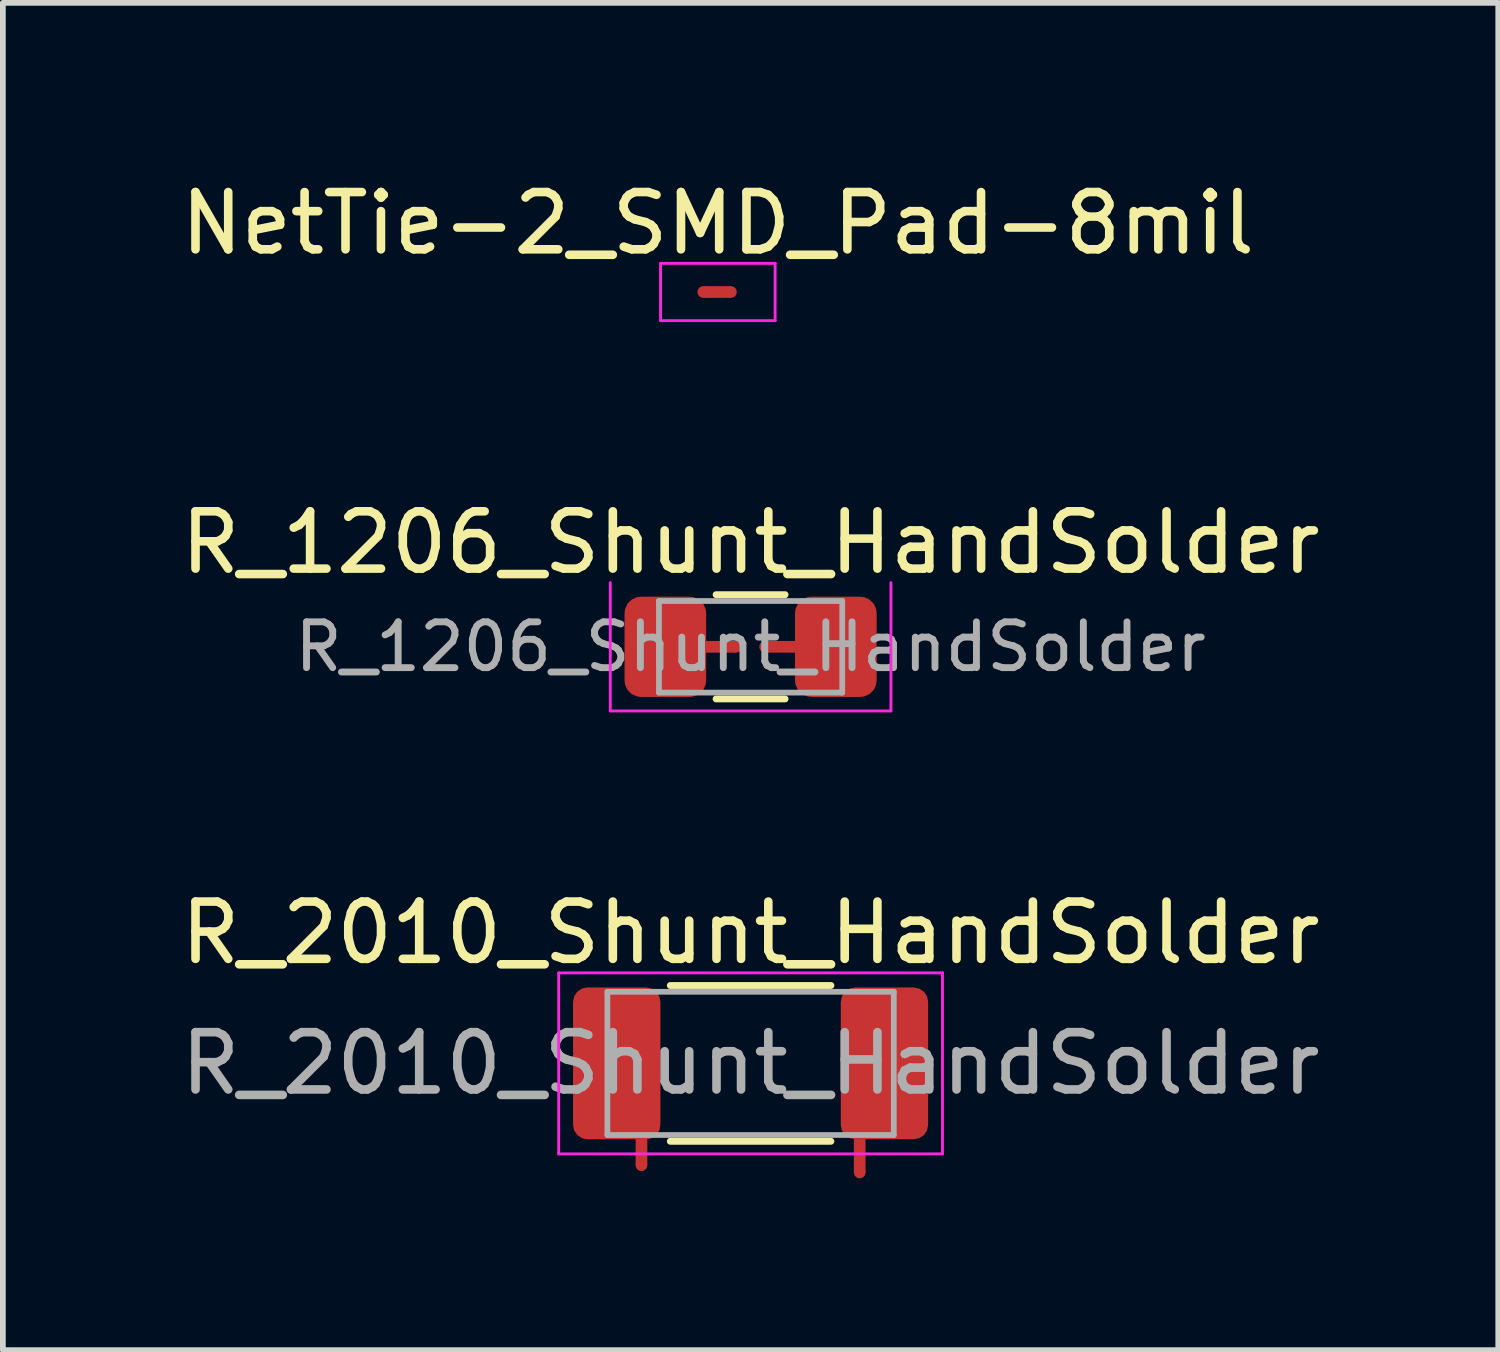
<source format=kicad_pcb>
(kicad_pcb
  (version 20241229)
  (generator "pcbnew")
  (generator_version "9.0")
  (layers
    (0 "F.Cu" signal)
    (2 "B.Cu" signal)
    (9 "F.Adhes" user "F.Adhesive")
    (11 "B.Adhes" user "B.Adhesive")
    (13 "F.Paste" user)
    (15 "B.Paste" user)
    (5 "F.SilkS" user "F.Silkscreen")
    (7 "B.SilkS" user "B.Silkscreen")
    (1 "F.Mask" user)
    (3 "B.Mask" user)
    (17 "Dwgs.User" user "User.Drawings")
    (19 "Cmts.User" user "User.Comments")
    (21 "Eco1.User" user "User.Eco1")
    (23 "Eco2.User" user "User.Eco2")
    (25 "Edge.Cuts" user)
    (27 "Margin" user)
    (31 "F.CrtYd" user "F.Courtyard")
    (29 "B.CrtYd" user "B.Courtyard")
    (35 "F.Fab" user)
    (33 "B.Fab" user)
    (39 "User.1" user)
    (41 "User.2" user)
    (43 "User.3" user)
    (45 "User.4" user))
  (footprint "R_2010_Shunt_HandSolder"
    (layer "F.Cu")
    (at 10.054 15.515)
    (property "Reference" "R_2010_Shunt_HandSolder" (at 0 -2.28 0) (layer "F.SilkS") (effects (font (size 1 1) (thickness 0.15))))
    (attr smd)
    (fp_poly (pts (xy -2.007 1.778) (xy -1.803 1.778) (xy -1.803 1.194) (xy -2.007 1.194)) (stroke (width 0) (type solid)) (fill yes) (layer "F.Cu"))
    (fp_poly (pts (xy 1.803 1.905) (xy 2.007 1.905) (xy 2.007 1.321) (xy 1.803 1.321)) (stroke (width 0) (type solid)) (fill yes) (layer "F.Cu"))
    (fp_line (start -1.402 -1.36) (end 1.402 -1.36) (stroke (width 0.12) (type solid)) (layer "F.SilkS"))
    (fp_line (start -1.402 1.36) (end 1.402 1.36) (stroke (width 0.12) (type solid)) (layer "F.SilkS"))
    (fp_line (start -3.35 -1.58) (end 3.35 -1.58) (stroke (width 0.05) (type solid)) (layer "F.CrtYd"))
    (fp_line (start -3.35 1.58) (end -3.35 -1.58) (stroke (width 0.05) (type solid)) (layer "F.CrtYd"))
    (fp_line (start 3.35 -1.58) (end 3.35 1.58) (stroke (width 0.05) (type solid)) (layer "F.CrtYd"))
    (fp_line (start 3.35 1.58) (end -3.35 1.58) (stroke (width 0.05) (type solid)) (layer "F.CrtYd"))
    (fp_line (start -2.5 -1.25) (end 2.5 -1.25) (stroke (width 0.1) (type solid)) (layer "F.Fab"))
    (fp_line (start -2.5 1.25) (end -2.5 -1.25) (stroke (width 0.1) (type solid)) (layer "F.Fab"))
    (fp_line (start 2.5 -1.25) (end 2.5 1.25) (stroke (width 0.1) (type solid)) (layer "F.Fab"))
    (fp_line (start 2.5 1.25) (end -2.5 1.25) (stroke (width 0.1) (type solid)) (layer "F.Fab"))
    (fp_text user "${REFERENCE}" (at 0 0 0) (layer "F.Fab") (effects (font (size 1 1) (thickness 0.15))))
    (pad "1" smd roundrect (at -2.337 0) (size 1.525 2.65) (layers "F.Cu" "F.Mask" "F.Paste") (roundrect_rratio 0.164))
    (pad "2" smd circle (at -1.905 1.778) (size 0.203 0.203) (layers "F.Cu" "F.Mask" "F.Paste"))
    (pad "3" smd circle (at 1.905 1.905) (size 0.203 0.203) (layers "F.Cu"))
    (pad "4" smd roundrect (at 2.337 0) (size 1.525 2.65) (layers "F.Cu" "F.Mask" "F.Paste") (roundrect_rratio 0.164)))
  (footprint "NetTie-2_SMD_Pad-8mil"
    (layer "F.Cu")
    (at 9.482 2.048)
    (property "Reference" "NetTie-2_SMD_Pad-8mil" (at 0 -1.2 0) (layer "F.SilkS") (effects (font (size 1 1) (thickness 0.15))))
    (attr exclude_from_pos_files exclude_from_bom)
    (fp_poly (pts (xy -0.254 -0.102) (xy 0.229 -0.102) (xy 0.229 0.102) (xy -0.254 0.102)) (stroke (width 0) (type solid)) (fill yes) (layer "F.Cu"))
    (fp_line (start -1 -0.5) (end -1 0.5) (stroke (width 0.05) (type solid)) (layer "F.CrtYd"))
    (fp_line (start -1 0.5) (end 1 0.5) (stroke (width 0.05) (type solid)) (layer "F.CrtYd"))
    (fp_line (start 1 -0.5) (end -1 -0.5) (stroke (width 0.05) (type solid)) (layer "F.CrtYd"))
    (fp_line (start 1 0.5) (end 1 -0.5) (stroke (width 0.05) (type solid)) (layer "F.CrtYd"))
    (pad "1" smd circle (at -0.254 0) (size 0.203 0.203) (layers "F.Cu"))
    (pad "2" smd circle (at 0.229 0) (size 0.203 0.203) (layers "F.Cu")))
  (footprint "R_1206_Shunt_HandSolder"
    (layer "F.Cu")
    (at 10.054 8.242)
    (property "Reference" "R_1206_Shunt_HandSolder" (at 0 -1.82 0) (layer "F.SilkS") (effects (font (size 1 1) (thickness 0.15))))
    (attr smd)
    (fp_poly (pts (xy -0.254 -0.102) (xy -0.254 0.102) (xy -0.838 0.102) (xy -0.838 -0.102)) (stroke (width 0) (type solid)) (fill yes) (layer "F.Cu"))
    (fp_poly (pts (xy 0.254 -0.102) (xy 0.254 0.102) (xy 0.914 0.102) (xy 0.914 -0.102)) (stroke (width 0) (type solid)) (fill yes) (layer "F.Cu"))
    (fp_line (start -0.602 -0.91) (end 0.602 -0.91) (stroke (width 0.12) (type solid)) (layer "F.SilkS"))
    (fp_line (start -0.602 0.91) (end 0.602 0.91) (stroke (width 0.12) (type solid)) (layer "F.SilkS"))
    (fp_line (start -2.45 1.12) (end -2.45 -1.12) (stroke (width 0.05) (type solid)) (layer "F.CrtYd"))
    (fp_line (start 2.45 -1.12) (end 2.45 1.12) (stroke (width 0.05) (type solid)) (layer "F.CrtYd"))
    (fp_line (start 2.45 1.12) (end -2.45 1.12) (stroke (width 0.05) (type solid)) (layer "F.CrtYd"))
    (fp_line (start -1.6 -0.8) (end 1.6 -0.8) (stroke (width 0.1) (type solid)) (layer "F.Fab"))
    (fp_line (start -1.6 0.8) (end -1.6 -0.8) (stroke (width 0.1) (type solid)) (layer "F.Fab"))
    (fp_line (start 1.6 -0.8) (end 1.6 0.8) (stroke (width 0.1) (type solid)) (layer "F.Fab"))
    (fp_line (start 1.6 0.8) (end -1.6 0.8) (stroke (width 0.1) (type solid)) (layer "F.Fab"))
    (fp_text user "${REFERENCE}" (at 0 0 0) (layer "F.Fab") (effects (font (size 0.8 0.8) (thickness 0.12))))
    (pad "1" smd roundrect (at -1.488 0) (size 1.425 1.75) (layers "F.Cu" "F.Mask" "F.Paste") (roundrect_rratio 0.2))
    (pad "2" smd circle (at -0.254 0) (size 0.203 0.203) (layers "F.Cu"))
    (pad "3" smd circle (at 0.254 0) (size 0.203 0.203) (layers "F.Cu"))
    (pad "4" smd roundrect (at 1.488 0) (size 1.425 1.75) (layers "F.Cu" "F.Mask" "F.Paste") (roundrect_rratio 0.2)))
  (gr_rect
    (start -3 -3)
    (end 23.107 20.521)
    (stroke (width 0.1) (type default))
    (fill no)
    (layer "Edge.Cuts")))
</source>
